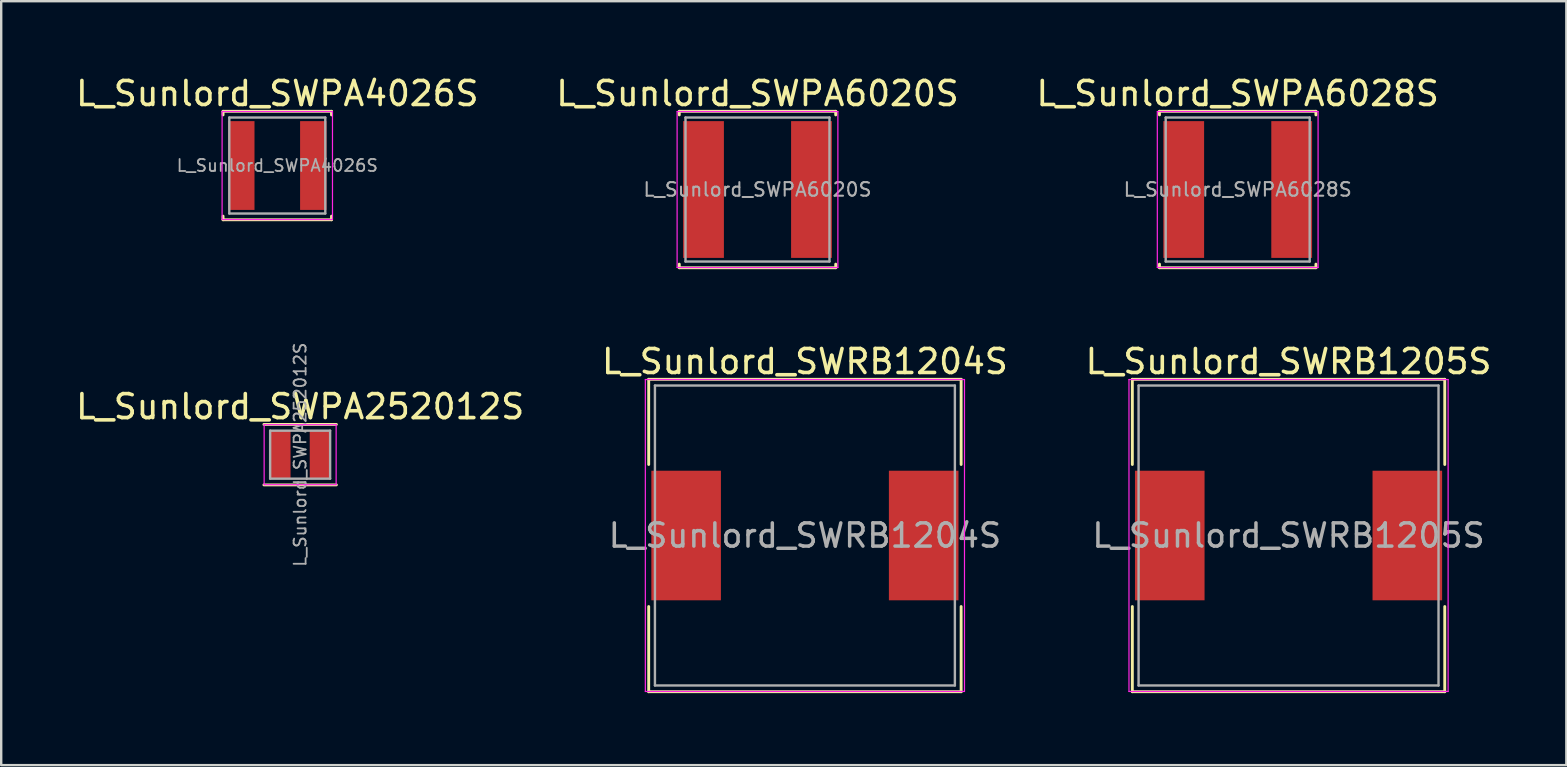
<source format=kicad_pcb>
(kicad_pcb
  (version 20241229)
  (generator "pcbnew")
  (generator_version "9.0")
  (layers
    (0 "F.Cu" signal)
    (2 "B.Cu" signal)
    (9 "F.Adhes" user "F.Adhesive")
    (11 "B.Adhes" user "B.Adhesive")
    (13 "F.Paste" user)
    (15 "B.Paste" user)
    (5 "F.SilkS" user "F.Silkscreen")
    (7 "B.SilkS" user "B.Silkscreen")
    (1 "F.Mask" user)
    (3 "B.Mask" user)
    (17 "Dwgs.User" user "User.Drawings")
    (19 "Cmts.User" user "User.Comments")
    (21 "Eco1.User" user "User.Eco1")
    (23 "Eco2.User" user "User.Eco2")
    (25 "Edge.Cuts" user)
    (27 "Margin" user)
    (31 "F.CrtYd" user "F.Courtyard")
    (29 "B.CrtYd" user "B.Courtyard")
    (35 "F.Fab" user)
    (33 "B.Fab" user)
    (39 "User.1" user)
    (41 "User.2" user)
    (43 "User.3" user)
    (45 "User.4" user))
  (footprint "L_Sunlord_SWRB1204S"
    (layer "F.Cu")
    (at 30.494 19.267)
    (property "Reference" "L_Sunlord_SWRB1204S" (at 0 -7.25 0) (layer "F.SilkS") (effects (font (size 1 1) (thickness 0.15))))
    (attr smd)
    (fp_line (start -6.51 -6.51) (end -6.51 -2.96) (stroke (width 0.12) (type solid)) (layer "F.SilkS"))
    (fp_line (start -6.51 -6.51) (end 6.51 -6.51) (stroke (width 0.12) (type solid)) (layer "F.SilkS"))
    (fp_line (start -6.51 6.51) (end -6.51 2.96) (stroke (width 0.12) (type solid)) (layer "F.SilkS"))
    (fp_line (start -6.51 6.51) (end 6.51 6.51) (stroke (width 0.12) (type solid)) (layer "F.SilkS"))
    (fp_line (start 6.51 -6.51) (end 6.51 -2.96) (stroke (width 0.12) (type solid)) (layer "F.SilkS"))
    (fp_line (start 6.51 6.51) (end 6.51 2.96) (stroke (width 0.12) (type solid)) (layer "F.SilkS"))
    (fp_line (start -6.65 -6.5) (end -6.65 6.5) (stroke (width 0.05) (type solid)) (layer "F.CrtYd"))
    (fp_line (start -6.65 6.5) (end 6.65 6.5) (stroke (width 0.05) (type solid)) (layer "F.CrtYd"))
    (fp_line (start 6.65 -6.5) (end -6.65 -6.5) (stroke (width 0.05) (type solid)) (layer "F.CrtYd"))
    (fp_line (start 6.65 6.5) (end 6.65 -6.5) (stroke (width 0.05) (type solid)) (layer "F.CrtYd"))
    (fp_line (start -6.25 -6.25) (end -6.25 6.25) (stroke (width 0.1) (type solid)) (layer "F.Fab"))
    (fp_line (start -6.25 6.25) (end 6.25 6.25) (stroke (width 0.1) (type solid)) (layer "F.Fab"))
    (fp_line (start 6.25 -6.25) (end -6.25 -6.25) (stroke (width 0.1) (type solid)) (layer "F.Fab"))
    (fp_line (start 6.25 6.25) (end 6.25 -6.25) (stroke (width 0.1) (type solid)) (layer "F.Fab"))
    (fp_text user "${REFERENCE}" (at 0 0 0) (layer "F.Fab") (effects (font (size 0.967 0.967) (thickness 0.145))))
    (pad "1" smd rect (at -4.95 0) (size 2.9 5.4) (layers "F.Cu" "F.Mask" "F.Paste"))
    (pad "2" smd rect (at 4.95 0) (size 2.9 5.4) (layers "F.Cu" "F.Mask" "F.Paste")))
  (footprint "L_Sunlord_SWPA6028S"
    (layer "F.Cu")
    (at 48.53 4.848)
    (property "Reference" "L_Sunlord_SWPA6028S" (at 0 -4 0) (layer "F.SilkS") (effects (font (size 1 1) (thickness 0.15))))
    (attr smd)
    (fp_line (start -3.26 -3.26) (end -3.26 -3.11) (stroke (width 0.12) (type solid)) (layer "F.SilkS"))
    (fp_line (start -3.26 -3.26) (end 3.26 -3.26) (stroke (width 0.12) (type solid)) (layer "F.SilkS"))
    (fp_line (start -3.26 3.26) (end -3.26 3.11) (stroke (width 0.12) (type solid)) (layer "F.SilkS"))
    (fp_line (start -3.26 3.26) (end 3.26 3.26) (stroke (width 0.12) (type solid)) (layer "F.SilkS"))
    (fp_line (start 3.26 -3.26) (end 3.26 -3.11) (stroke (width 0.12) (type solid)) (layer "F.SilkS"))
    (fp_line (start 3.26 3.26) (end 3.26 3.11) (stroke (width 0.12) (type solid)) (layer "F.SilkS"))
    (fp_line (start -3.35 -3.25) (end -3.35 3.25) (stroke (width 0.05) (type solid)) (layer "F.CrtYd"))
    (fp_line (start -3.35 3.25) (end 3.35 3.25) (stroke (width 0.05) (type solid)) (layer "F.CrtYd"))
    (fp_line (start 3.35 -3.25) (end -3.35 -3.25) (stroke (width 0.05) (type solid)) (layer "F.CrtYd"))
    (fp_line (start 3.35 3.25) (end 3.35 -3.25) (stroke (width 0.05) (type solid)) (layer "F.CrtYd"))
    (fp_line (start -3 -3) (end -3 3) (stroke (width 0.1) (type solid)) (layer "F.Fab"))
    (fp_line (start -3 3) (end 3 3) (stroke (width 0.1) (type solid)) (layer "F.Fab"))
    (fp_line (start 3 -3) (end -3 -3) (stroke (width 0.1) (type solid)) (layer "F.Fab"))
    (fp_line (start 3 3) (end 3 -3) (stroke (width 0.1) (type solid)) (layer "F.Fab"))
    (fp_text user "${REFERENCE}" (at 0 0 0) (layer "F.Fab") (effects (font (size 0.567 0.567) (thickness 0.085))))
    (pad "1" smd rect (at -2.25 0) (size 1.7 5.7) (layers "F.Cu" "F.Mask" "F.Paste"))
    (pad "2" smd rect (at 2.25 0) (size 1.7 5.7) (layers "F.Cu" "F.Mask" "F.Paste")))
  (footprint "L_Sunlord_SWRB1205S"
    (layer "F.Cu")
    (at 50.649 19.267)
    (property "Reference" "L_Sunlord_SWRB1205S" (at 0 -7.25 0) (layer "F.SilkS") (effects (font (size 1 1) (thickness 0.15))))
    (attr smd)
    (fp_line (start -6.51 -6.51) (end -6.51 -2.96) (stroke (width 0.12) (type solid)) (layer "F.SilkS"))
    (fp_line (start -6.51 -6.51) (end 6.51 -6.51) (stroke (width 0.12) (type solid)) (layer "F.SilkS"))
    (fp_line (start -6.51 6.51) (end -6.51 2.96) (stroke (width 0.12) (type solid)) (layer "F.SilkS"))
    (fp_line (start -6.51 6.51) (end 6.51 6.51) (stroke (width 0.12) (type solid)) (layer "F.SilkS"))
    (fp_line (start 6.51 -6.51) (end 6.51 -2.96) (stroke (width 0.12) (type solid)) (layer "F.SilkS"))
    (fp_line (start 6.51 6.51) (end 6.51 2.96) (stroke (width 0.12) (type solid)) (layer "F.SilkS"))
    (fp_line (start -6.65 -6.5) (end -6.65 6.5) (stroke (width 0.05) (type solid)) (layer "F.CrtYd"))
    (fp_line (start -6.65 6.5) (end 6.65 6.5) (stroke (width 0.05) (type solid)) (layer "F.CrtYd"))
    (fp_line (start 6.65 -6.5) (end -6.65 -6.5) (stroke (width 0.05) (type solid)) (layer "F.CrtYd"))
    (fp_line (start 6.65 6.5) (end 6.65 -6.5) (stroke (width 0.05) (type solid)) (layer "F.CrtYd"))
    (fp_line (start -6.25 -6.25) (end -6.25 6.25) (stroke (width 0.1) (type solid)) (layer "F.Fab"))
    (fp_line (start -6.25 6.25) (end 6.25 6.25) (stroke (width 0.1) (type solid)) (layer "F.Fab"))
    (fp_line (start 6.25 -6.25) (end -6.25 -6.25) (stroke (width 0.1) (type solid)) (layer "F.Fab"))
    (fp_line (start 6.25 6.25) (end 6.25 -6.25) (stroke (width 0.1) (type solid)) (layer "F.Fab"))
    (fp_text user "${REFERENCE}" (at 0 0 0) (layer "F.Fab") (effects (font (size 0.967 0.967) (thickness 0.145))))
    (pad "1" smd rect (at -4.95 0) (size 2.9 5.4) (layers "F.Cu" "F.Mask" "F.Paste"))
    (pad "2" smd rect (at 4.95 0) (size 2.9 5.4) (layers "F.Cu" "F.Mask" "F.Paste")))
  (footprint "L_Sunlord_SWPA252012S"
    (layer "F.Cu")
    (at 9.458 15.897)
    (property "Reference" "L_Sunlord_SWPA252012S" (at 0 -2 0) (layer "F.SilkS") (effects (font (size 1 1) (thickness 0.15))))
    (attr smd)
    (fp_line (start -1.51 -1.26) (end 1.51 -1.26) (stroke (width 0.12) (type solid)) (layer "F.SilkS"))
    (fp_line (start -1.51 1.26) (end 1.51 1.26) (stroke (width 0.12) (type solid)) (layer "F.SilkS"))
    (fp_line (start -1.5 -1.25) (end -1.5 1.25) (stroke (width 0.05) (type solid)) (layer "F.CrtYd"))
    (fp_line (start -1.5 1.25) (end 1.5 1.25) (stroke (width 0.05) (type solid)) (layer "F.CrtYd"))
    (fp_line (start 1.5 -1.25) (end -1.5 -1.25) (stroke (width 0.05) (type solid)) (layer "F.CrtYd"))
    (fp_line (start 1.5 1.25) (end 1.5 -1.25) (stroke (width 0.05) (type solid)) (layer "F.CrtYd"))
    (fp_line (start -1.25 -1) (end -1.25 1) (stroke (width 0.1) (type solid)) (layer "F.Fab"))
    (fp_line (start -1.25 1) (end 1.25 1) (stroke (width 0.1) (type solid)) (layer "F.Fab"))
    (fp_line (start 1.25 -1) (end -1.25 -1) (stroke (width 0.1) (type solid)) (layer "F.Fab"))
    (fp_line (start 1.25 1) (end 1.25 -1) (stroke (width 0.1) (type solid)) (layer "F.Fab"))
    (fp_text user "${REFERENCE}" (at 0 0 90) (layer "F.Fab") (effects (font (size 0.5 0.5) (thickness 0.075))))
    (pad "1" smd rect (at -0.825 0) (size 0.85 2) (layers "F.Cu" "F.Mask" "F.Paste"))
    (pad "2" smd rect (at 0.825 0) (size 0.85 2) (layers "F.Cu" "F.Mask" "F.Paste")))
  (footprint "L_Sunlord_SWPA6020S"
    (layer "F.Cu")
    (at 28.518 4.848)
    (property "Reference" "L_Sunlord_SWPA6020S" (at 0 -4 0) (layer "F.SilkS") (effects (font (size 1 1) (thickness 0.15))))
    (attr smd)
    (fp_line (start -3.26 -3.26) (end -3.26 -3.11) (stroke (width 0.12) (type solid)) (layer "F.SilkS"))
    (fp_line (start -3.26 -3.26) (end 3.26 -3.26) (stroke (width 0.12) (type solid)) (layer "F.SilkS"))
    (fp_line (start -3.26 3.26) (end -3.26 3.11) (stroke (width 0.12) (type solid)) (layer "F.SilkS"))
    (fp_line (start -3.26 3.26) (end 3.26 3.26) (stroke (width 0.12) (type solid)) (layer "F.SilkS"))
    (fp_line (start 3.26 -3.26) (end 3.26 -3.11) (stroke (width 0.12) (type solid)) (layer "F.SilkS"))
    (fp_line (start 3.26 3.26) (end 3.26 3.11) (stroke (width 0.12) (type solid)) (layer "F.SilkS"))
    (fp_line (start -3.35 -3.25) (end -3.35 3.25) (stroke (width 0.05) (type solid)) (layer "F.CrtYd"))
    (fp_line (start -3.35 3.25) (end 3.35 3.25) (stroke (width 0.05) (type solid)) (layer "F.CrtYd"))
    (fp_line (start 3.35 -3.25) (end -3.35 -3.25) (stroke (width 0.05) (type solid)) (layer "F.CrtYd"))
    (fp_line (start 3.35 3.25) (end 3.35 -3.25) (stroke (width 0.05) (type solid)) (layer "F.CrtYd"))
    (fp_line (start -3 -3) (end -3 3) (stroke (width 0.1) (type solid)) (layer "F.Fab"))
    (fp_line (start -3 3) (end 3 3) (stroke (width 0.1) (type solid)) (layer "F.Fab"))
    (fp_line (start 3 -3) (end -3 -3) (stroke (width 0.1) (type solid)) (layer "F.Fab"))
    (fp_line (start 3 3) (end 3 -3) (stroke (width 0.1) (type solid)) (layer "F.Fab"))
    (fp_text user "${REFERENCE}" (at 0 0 0) (layer "F.Fab") (effects (font (size 0.567 0.567) (thickness 0.085))))
    (pad "1" smd rect (at -2.25 0) (size 1.7 5.7) (layers "F.Cu" "F.Mask" "F.Paste"))
    (pad "2" smd rect (at 2.25 0) (size 1.7 5.7) (layers "F.Cu" "F.Mask" "F.Paste")))
  (footprint "L_Sunlord_SWPA4026S"
    (layer "F.Cu")
    (at 8.506 3.848)
    (property "Reference" "L_Sunlord_SWPA4026S" (at 0 -3 0) (layer "F.SilkS") (effects (font (size 1 1) (thickness 0.15))))
    (attr smd)
    (fp_line (start -2.26 -2.26) (end -2.26 -2.11) (stroke (width 0.12) (type solid)) (layer "F.SilkS"))
    (fp_line (start -2.26 -2.26) (end 2.26 -2.26) (stroke (width 0.12) (type solid)) (layer "F.SilkS"))
    (fp_line (start -2.26 2.26) (end -2.26 2.11) (stroke (width 0.12) (type solid)) (layer "F.SilkS"))
    (fp_line (start -2.26 2.26) (end 2.26 2.26) (stroke (width 0.12) (type solid)) (layer "F.SilkS"))
    (fp_line (start 2.26 -2.26) (end 2.26 -2.11) (stroke (width 0.12) (type solid)) (layer "F.SilkS"))
    (fp_line (start 2.26 2.26) (end 2.26 2.11) (stroke (width 0.12) (type solid)) (layer "F.SilkS"))
    (fp_line (start -2.3 -2.25) (end -2.3 2.25) (stroke (width 0.05) (type solid)) (layer "F.CrtYd"))
    (fp_line (start -2.3 2.25) (end 2.3 2.25) (stroke (width 0.05) (type solid)) (layer "F.CrtYd"))
    (fp_line (start 2.3 -2.25) (end -2.3 -2.25) (stroke (width 0.05) (type solid)) (layer "F.CrtYd"))
    (fp_line (start 2.3 2.25) (end 2.3 -2.25) (stroke (width 0.05) (type solid)) (layer "F.CrtYd"))
    (fp_line (start -2 -2) (end -2 2) (stroke (width 0.1) (type solid)) (layer "F.Fab"))
    (fp_line (start -2 2) (end 2 2) (stroke (width 0.1) (type solid)) (layer "F.Fab"))
    (fp_line (start 2 -2) (end -2 -2) (stroke (width 0.1) (type solid)) (layer "F.Fab"))
    (fp_line (start 2 2) (end 2 -2) (stroke (width 0.1) (type solid)) (layer "F.Fab"))
    (fp_text user "${REFERENCE}" (at 0 0 0) (layer "F.Fab") (effects (font (size 0.5 0.5) (thickness 0.075))))
    (pad "1" smd rect (at -1.5 0) (size 1.1 3.7) (layers "F.Cu" "F.Mask" "F.Paste"))
    (pad "2" smd rect (at 1.5 0) (size 1.1 3.7) (layers "F.Cu" "F.Mask" "F.Paste")))
  (gr_rect
    (start -3 -3)
    (end 62.226 28.837)
    (stroke (width 0.1) (type default))
    (fill no)
    (layer "Edge.Cuts")))
</source>
